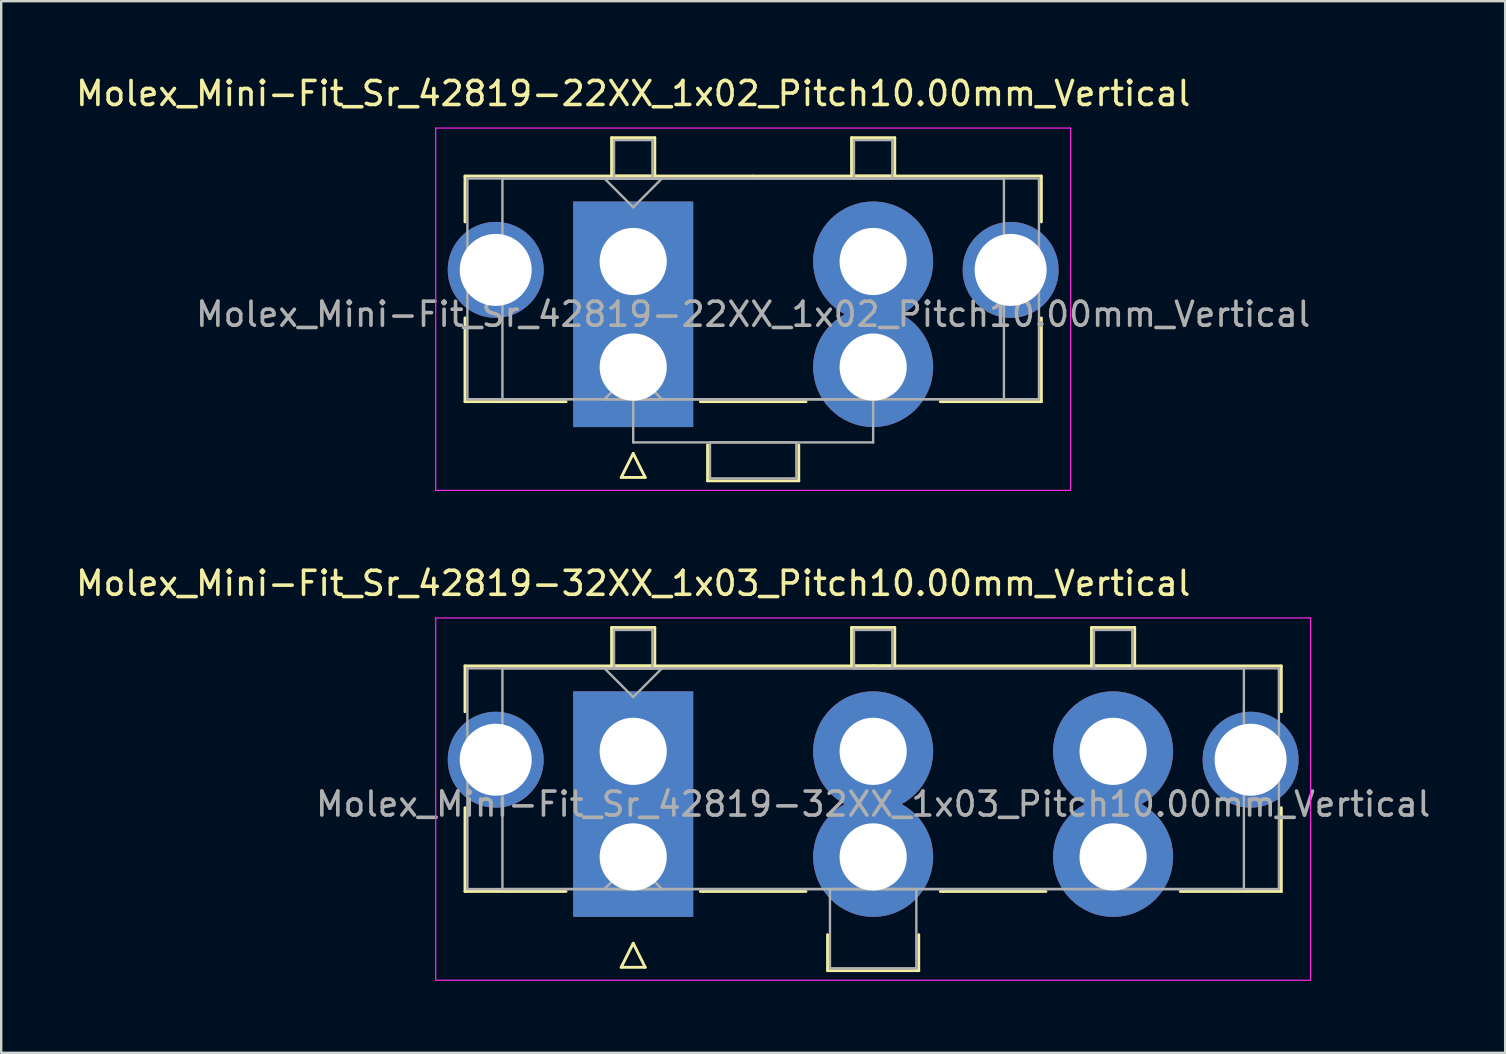
<source format=kicad_pcb>
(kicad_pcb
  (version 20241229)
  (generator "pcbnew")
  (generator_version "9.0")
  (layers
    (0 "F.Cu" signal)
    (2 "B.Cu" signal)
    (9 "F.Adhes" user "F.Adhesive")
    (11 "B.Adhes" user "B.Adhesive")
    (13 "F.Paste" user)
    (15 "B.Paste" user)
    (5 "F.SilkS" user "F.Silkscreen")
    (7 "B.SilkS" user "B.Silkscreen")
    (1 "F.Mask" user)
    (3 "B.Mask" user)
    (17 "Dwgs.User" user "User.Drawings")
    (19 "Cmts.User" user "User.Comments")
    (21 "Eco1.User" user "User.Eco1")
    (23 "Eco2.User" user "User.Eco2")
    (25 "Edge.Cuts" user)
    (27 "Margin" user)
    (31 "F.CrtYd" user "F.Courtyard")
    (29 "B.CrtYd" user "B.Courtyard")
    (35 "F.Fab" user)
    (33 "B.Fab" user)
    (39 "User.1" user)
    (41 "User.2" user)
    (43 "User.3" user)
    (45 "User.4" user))
  (footprint "Molex_Mini-Fit_Sr_42819-22XX_1x02_Pitch10.00mm_Vertical"
    (layer "F.Cu")
    (at 23.339 7.848)
    (property "Reference" "Molex_Mini-Fit_Sr_42819-22XX_1x02_Pitch10.00mm_Vertical" (at 0 -7 0) (layer "F.SilkS") (effects (font (size 1 1) (thickness 0.15))))
    (attr through_hole)
    (fp_line (start -7.01 -3.56) (end -7.01 -1.65) (stroke (width 0.12) (type solid)) (layer "F.SilkS"))
    (fp_line (start -7.01 2.35) (end -7.01 5.84) (stroke (width 0.12) (type solid)) (layer "F.SilkS"))
    (fp_line (start -7.01 5.84) (end -2.8 5.84) (stroke (width 0.12) (type solid)) (layer "F.SilkS"))
    (fp_line (start -0.9 -5.16) (end 0.9 -5.16) (stroke (width 0.12) (type solid)) (layer "F.SilkS"))
    (fp_line (start -0.9 -3.56) (end -0.9 -5.16) (stroke (width 0.12) (type solid)) (layer "F.SilkS"))
    (fp_line (start -0.5 9) (end 0 8) (stroke (width 0.12) (type solid)) (layer "F.SilkS"))
    (fp_line (start 0 8) (end 0.5 9) (stroke (width 0.12) (type solid)) (layer "F.SilkS"))
    (fp_line (start 0.5 9) (end -0.5 9) (stroke (width 0.12) (type solid)) (layer "F.SilkS"))
    (fp_line (start 0.9 -5.16) (end 0.9 -3.56) (stroke (width 0.12) (type solid)) (layer "F.SilkS"))
    (fp_line (start 0.9 -3.56) (end -0.9 -3.56) (stroke (width 0.12) (type solid)) (layer "F.SilkS"))
    (fp_line (start 2.8 5.84) (end 7.2 5.84) (stroke (width 0.12) (type solid)) (layer "F.SilkS"))
    (fp_line (start 3.1 7.64) (end 3.1 9.14) (stroke (width 0.12) (type solid)) (layer "F.SilkS"))
    (fp_line (start 3.1 9.14) (end 6.9 9.14) (stroke (width 0.12) (type solid)) (layer "F.SilkS"))
    (fp_line (start 5 -3.56) (end -7.01 -3.56) (stroke (width 0.12) (type solid)) (layer "F.SilkS"))
    (fp_line (start 5 -3.56) (end 17.01 -3.56) (stroke (width 0.12) (type solid)) (layer "F.SilkS"))
    (fp_line (start 6.9 9.14) (end 6.9 7.64) (stroke (width 0.12) (type solid)) (layer "F.SilkS"))
    (fp_line (start 9.1 -5.16) (end 10.9 -5.16) (stroke (width 0.12) (type solid)) (layer "F.SilkS"))
    (fp_line (start 9.1 -3.56) (end 9.1 -5.16) (stroke (width 0.12) (type solid)) (layer "F.SilkS"))
    (fp_line (start 10.9 -5.16) (end 10.9 -3.56) (stroke (width 0.12) (type solid)) (layer "F.SilkS"))
    (fp_line (start 10.9 -3.56) (end 9.1 -3.56) (stroke (width 0.12) (type solid)) (layer "F.SilkS"))
    (fp_line (start 17.01 -3.56) (end 17.01 -1.65) (stroke (width 0.12) (type solid)) (layer "F.SilkS"))
    (fp_line (start 17.01 2.35) (end 17.01 5.84) (stroke (width 0.12) (type solid)) (layer "F.SilkS"))
    (fp_line (start 17.01 5.84) (end 12.8 5.84) (stroke (width 0.12) (type solid)) (layer "F.SilkS"))
    (fp_line (start -8.23 -5.56) (end -8.23 9.54) (stroke (width 0.05) (type solid)) (layer "F.CrtYd"))
    (fp_line (start -8.23 9.54) (end 18.23 9.54) (stroke (width 0.05) (type solid)) (layer "F.CrtYd"))
    (fp_line (start 18.23 -5.56) (end -8.23 -5.56) (stroke (width 0.05) (type solid)) (layer "F.CrtYd"))
    (fp_line (start 18.23 9.54) (end 18.23 -5.56) (stroke (width 0.05) (type solid)) (layer "F.CrtYd"))
    (fp_line (start -6.91 -3.46) (end -6.91 5.74) (stroke (width 0.1) (type solid)) (layer "F.Fab"))
    (fp_line (start -6.91 5.74) (end 16.91 5.74) (stroke (width 0.1) (type solid)) (layer "F.Fab"))
    (fp_line (start -5.45 -3.46) (end -5.45 5.74) (stroke (width 0.1) (type solid)) (layer "F.Fab"))
    (fp_line (start -5.45 5.74) (end 15.45 5.74) (stroke (width 0.1) (type solid)) (layer "F.Fab"))
    (fp_line (start -1.2 -3.46) (end 0 -2.26) (stroke (width 0.1) (type solid)) (layer "F.Fab"))
    (fp_line (start -1.2 5.74) (end 0 4.54) (stroke (width 0.1) (type solid)) (layer "F.Fab"))
    (fp_line (start -0.8 -5.06) (end 0.8 -5.06) (stroke (width 0.1) (type solid)) (layer "F.Fab"))
    (fp_line (start -0.8 -3.46) (end -0.8 -5.06) (stroke (width 0.1) (type solid)) (layer "F.Fab"))
    (fp_line (start 0 -2.26) (end 1.2 -3.46) (stroke (width 0.1) (type solid)) (layer "F.Fab"))
    (fp_line (start 0 4.54) (end 1.2 5.74) (stroke (width 0.1) (type solid)) (layer "F.Fab"))
    (fp_line (start 0 5.74) (end 0 7.54) (stroke (width 0.1) (type solid)) (layer "F.Fab"))
    (fp_line (start 0 7.54) (end 10 7.54) (stroke (width 0.1) (type solid)) (layer "F.Fab"))
    (fp_line (start 0.8 -5.06) (end 0.8 -3.46) (stroke (width 0.1) (type solid)) (layer "F.Fab"))
    (fp_line (start 0.8 -3.46) (end -0.8 -3.46) (stroke (width 0.1) (type solid)) (layer "F.Fab"))
    (fp_line (start 1.2 -3.46) (end -1.2 -3.46) (stroke (width 0.1) (type solid)) (layer "F.Fab"))
    (fp_line (start 1.2 5.74) (end -1.2 5.74) (stroke (width 0.1) (type solid)) (layer "F.Fab"))
    (fp_line (start 3.2 7.54) (end 3.2 9.04) (stroke (width 0.1) (type solid)) (layer "F.Fab"))
    (fp_line (start 3.2 9.04) (end 6.8 9.04) (stroke (width 0.1) (type solid)) (layer "F.Fab"))
    (fp_line (start 6.8 7.54) (end 3.2 7.54) (stroke (width 0.1) (type solid)) (layer "F.Fab"))
    (fp_line (start 6.8 9.04) (end 6.8 7.54) (stroke (width 0.1) (type solid)) (layer "F.Fab"))
    (fp_line (start 9.2 -5.06) (end 10.8 -5.06) (stroke (width 0.1) (type solid)) (layer "F.Fab"))
    (fp_line (start 9.2 -3.46) (end 9.2 -5.06) (stroke (width 0.1) (type solid)) (layer "F.Fab"))
    (fp_line (start 10 5.74) (end 0 5.74) (stroke (width 0.1) (type solid)) (layer "F.Fab"))
    (fp_line (start 10 7.54) (end 10 5.74) (stroke (width 0.1) (type solid)) (layer "F.Fab"))
    (fp_line (start 10.8 -5.06) (end 10.8 -3.46) (stroke (width 0.1) (type solid)) (layer "F.Fab"))
    (fp_line (start 10.8 -3.46) (end 9.2 -3.46) (stroke (width 0.1) (type solid)) (layer "F.Fab"))
    (fp_line (start 15.45 -3.46) (end -5.45 -3.46) (stroke (width 0.1) (type solid)) (layer "F.Fab"))
    (fp_line (start 15.45 5.74) (end 15.45 -3.46) (stroke (width 0.1) (type solid)) (layer "F.Fab"))
    (fp_line (start 16.91 -3.46) (end -6.91 -3.46) (stroke (width 0.1) (type solid)) (layer "F.Fab"))
    (fp_line (start 16.91 5.74) (end 16.91 -3.46) (stroke (width 0.1) (type solid)) (layer "F.Fab"))
    (fp_text user "${REFERENCE}" (at 5 2.2 0) (layer "F.Fab") (effects (font (size 1 1) (thickness 0.15))))
    (pad "" thru_hole circle (at -5.73 0.35) (size 4 4) (drill 3) (layers "*.Cu" "*.Mask"))
    (pad "" thru_hole circle (at 15.73 0.35) (size 4 4) (drill 3) (layers "*.Cu" "*.Mask"))
    (pad "1" thru_hole rect (at 0 0) (size 5 5) (drill 2.8) (layers "*.Cu" "*.Mask"))
    (pad "1" thru_hole rect (at 0 4.4) (size 5 5) (drill 2.8) (layers "*.Cu" "*.Mask"))
    (pad "2" thru_hole circle (at 10 0) (size 5 5) (drill 2.8) (layers "*.Cu" "*.Mask"))
    (pad "2" thru_hole circle (at 10 4.4) (size 5 5) (drill 2.8) (layers "*.Cu" "*.Mask")))
  (footprint "Molex_Mini-Fit_Sr_42819-32XX_1x03_Pitch10.00mm_Vertical"
    (layer "F.Cu")
    (at 23.339 28.262)
    (property "Reference" "Molex_Mini-Fit_Sr_42819-32XX_1x03_Pitch10.00mm_Vertical" (at 0 -7 0) (layer "F.SilkS") (effects (font (size 1 1) (thickness 0.15))))
    (attr through_hole)
    (fp_line (start -7.01 -3.56) (end -7.01 -1.65) (stroke (width 0.12) (type solid)) (layer "F.SilkS"))
    (fp_line (start -7.01 2.35) (end -7.01 5.84) (stroke (width 0.12) (type solid)) (layer "F.SilkS"))
    (fp_line (start -7.01 5.84) (end -2.8 5.84) (stroke (width 0.12) (type solid)) (layer "F.SilkS"))
    (fp_line (start -0.9 -5.16) (end 0.9 -5.16) (stroke (width 0.12) (type solid)) (layer "F.SilkS"))
    (fp_line (start -0.9 -3.56) (end -0.9 -5.16) (stroke (width 0.12) (type solid)) (layer "F.SilkS"))
    (fp_line (start -0.5 9) (end 0 8) (stroke (width 0.12) (type solid)) (layer "F.SilkS"))
    (fp_line (start 0 8) (end 0.5 9) (stroke (width 0.12) (type solid)) (layer "F.SilkS"))
    (fp_line (start 0.5 9) (end -0.5 9) (stroke (width 0.12) (type solid)) (layer "F.SilkS"))
    (fp_line (start 0.9 -5.16) (end 0.9 -3.56) (stroke (width 0.12) (type solid)) (layer "F.SilkS"))
    (fp_line (start 0.9 -3.56) (end -0.9 -3.56) (stroke (width 0.12) (type solid)) (layer "F.SilkS"))
    (fp_line (start 2.8 5.84) (end 7.2 5.84) (stroke (width 0.12) (type solid)) (layer "F.SilkS"))
    (fp_line (start 8.1 7.64) (end 8.1 9.14) (stroke (width 0.12) (type solid)) (layer "F.SilkS"))
    (fp_line (start 8.1 9.14) (end 11.9 9.14) (stroke (width 0.12) (type solid)) (layer "F.SilkS"))
    (fp_line (start 9.1 -5.16) (end 10.9 -5.16) (stroke (width 0.12) (type solid)) (layer "F.SilkS"))
    (fp_line (start 9.1 -3.56) (end 9.1 -5.16) (stroke (width 0.12) (type solid)) (layer "F.SilkS"))
    (fp_line (start 10 -3.56) (end -7.01 -3.56) (stroke (width 0.12) (type solid)) (layer "F.SilkS"))
    (fp_line (start 10 -3.56) (end 27.01 -3.56) (stroke (width 0.12) (type solid)) (layer "F.SilkS"))
    (fp_line (start 10.9 -5.16) (end 10.9 -3.56) (stroke (width 0.12) (type solid)) (layer "F.SilkS"))
    (fp_line (start 10.9 -3.56) (end 9.1 -3.56) (stroke (width 0.12) (type solid)) (layer "F.SilkS"))
    (fp_line (start 11.9 9.14) (end 11.9 7.64) (stroke (width 0.12) (type solid)) (layer "F.SilkS"))
    (fp_line (start 12.8 5.84) (end 17.2 5.84) (stroke (width 0.12) (type solid)) (layer "F.SilkS"))
    (fp_line (start 19.1 -5.16) (end 20.9 -5.16) (stroke (width 0.12) (type solid)) (layer "F.SilkS"))
    (fp_line (start 19.1 -3.56) (end 19.1 -5.16) (stroke (width 0.12) (type solid)) (layer "F.SilkS"))
    (fp_line (start 20.9 -5.16) (end 20.9 -3.56) (stroke (width 0.12) (type solid)) (layer "F.SilkS"))
    (fp_line (start 20.9 -3.56) (end 19.1 -3.56) (stroke (width 0.12) (type solid)) (layer "F.SilkS"))
    (fp_line (start 27.01 -3.56) (end 27.01 -1.65) (stroke (width 0.12) (type solid)) (layer "F.SilkS"))
    (fp_line (start 27.01 2.35) (end 27.01 5.84) (stroke (width 0.12) (type solid)) (layer "F.SilkS"))
    (fp_line (start 27.01 5.84) (end 22.8 5.84) (stroke (width 0.12) (type solid)) (layer "F.SilkS"))
    (fp_line (start -8.23 -5.56) (end -8.23 9.54) (stroke (width 0.05) (type solid)) (layer "F.CrtYd"))
    (fp_line (start -8.23 9.54) (end 28.23 9.54) (stroke (width 0.05) (type solid)) (layer "F.CrtYd"))
    (fp_line (start 28.23 -5.56) (end -8.23 -5.56) (stroke (width 0.05) (type solid)) (layer "F.CrtYd"))
    (fp_line (start 28.23 9.54) (end 28.23 -5.56) (stroke (width 0.05) (type solid)) (layer "F.CrtYd"))
    (fp_line (start -6.91 -3.46) (end -6.91 5.74) (stroke (width 0.1) (type solid)) (layer "F.Fab"))
    (fp_line (start -6.91 5.74) (end 26.91 5.74) (stroke (width 0.1) (type solid)) (layer "F.Fab"))
    (fp_line (start -5.45 -3.46) (end -5.45 5.74) (stroke (width 0.1) (type solid)) (layer "F.Fab"))
    (fp_line (start -5.45 5.74) (end 25.45 5.74) (stroke (width 0.1) (type solid)) (layer "F.Fab"))
    (fp_line (start -1.2 -3.46) (end 0 -2.26) (stroke (width 0.1) (type solid)) (layer "F.Fab"))
    (fp_line (start -1.2 5.74) (end 0 4.54) (stroke (width 0.1) (type solid)) (layer "F.Fab"))
    (fp_line (start -0.8 -5.06) (end 0.8 -5.06) (stroke (width 0.1) (type solid)) (layer "F.Fab"))
    (fp_line (start -0.8 -3.46) (end -0.8 -5.06) (stroke (width 0.1) (type solid)) (layer "F.Fab"))
    (fp_line (start 0 -2.26) (end 1.2 -3.46) (stroke (width 0.1) (type solid)) (layer "F.Fab"))
    (fp_line (start 0 4.54) (end 1.2 5.74) (stroke (width 0.1) (type solid)) (layer "F.Fab"))
    (fp_line (start 0.8 -5.06) (end 0.8 -3.46) (stroke (width 0.1) (type solid)) (layer "F.Fab"))
    (fp_line (start 0.8 -3.46) (end -0.8 -3.46) (stroke (width 0.1) (type solid)) (layer "F.Fab"))
    (fp_line (start 1.2 -3.46) (end -1.2 -3.46) (stroke (width 0.1) (type solid)) (layer "F.Fab"))
    (fp_line (start 1.2 5.74) (end -1.2 5.74) (stroke (width 0.1) (type solid)) (layer "F.Fab"))
    (fp_line (start 8.2 5.74) (end 8.2 9.04) (stroke (width 0.1) (type solid)) (layer "F.Fab"))
    (fp_line (start 8.2 9.04) (end 11.8 9.04) (stroke (width 0.1) (type solid)) (layer "F.Fab"))
    (fp_line (start 9.2 -5.06) (end 10.8 -5.06) (stroke (width 0.1) (type solid)) (layer "F.Fab"))
    (fp_line (start 9.2 -3.46) (end 9.2 -5.06) (stroke (width 0.1) (type solid)) (layer "F.Fab"))
    (fp_line (start 10.8 -5.06) (end 10.8 -3.46) (stroke (width 0.1) (type solid)) (layer "F.Fab"))
    (fp_line (start 10.8 -3.46) (end 9.2 -3.46) (stroke (width 0.1) (type solid)) (layer "F.Fab"))
    (fp_line (start 11.8 5.74) (end 8.2 5.74) (stroke (width 0.1) (type solid)) (layer "F.Fab"))
    (fp_line (start 11.8 9.04) (end 11.8 5.74) (stroke (width 0.1) (type solid)) (layer "F.Fab"))
    (fp_line (start 19.2 -5.06) (end 20.8 -5.06) (stroke (width 0.1) (type solid)) (layer "F.Fab"))
    (fp_line (start 19.2 -3.46) (end 19.2 -5.06) (stroke (width 0.1) (type solid)) (layer "F.Fab"))
    (fp_line (start 20.8 -5.06) (end 20.8 -3.46) (stroke (width 0.1) (type solid)) (layer "F.Fab"))
    (fp_line (start 20.8 -3.46) (end 19.2 -3.46) (stroke (width 0.1) (type solid)) (layer "F.Fab"))
    (fp_line (start 25.45 -3.46) (end -5.45 -3.46) (stroke (width 0.1) (type solid)) (layer "F.Fab"))
    (fp_line (start 25.45 5.74) (end 25.45 -3.46) (stroke (width 0.1) (type solid)) (layer "F.Fab"))
    (fp_line (start 26.91 -3.46) (end -6.91 -3.46) (stroke (width 0.1) (type solid)) (layer "F.Fab"))
    (fp_line (start 26.91 5.74) (end 26.91 -3.46) (stroke (width 0.1) (type solid)) (layer "F.Fab"))
    (fp_text user "${REFERENCE}" (at 10 2.2 0) (layer "F.Fab") (effects (font (size 1 1) (thickness 0.15))))
    (pad "" thru_hole circle (at -5.73 0.35) (size 4 4) (drill 3) (layers "*.Cu" "*.Mask"))
    (pad "" thru_hole circle (at 25.73 0.35) (size 4 4) (drill 3) (layers "*.Cu" "*.Mask"))
    (pad "1" thru_hole rect (at 0 0) (size 5 5) (drill 2.8) (layers "*.Cu" "*.Mask"))
    (pad "1" thru_hole rect (at 0 4.4) (size 5 5) (drill 2.8) (layers "*.Cu" "*.Mask"))
    (pad "2" thru_hole circle (at 10 0) (size 5 5) (drill 2.8) (layers "*.Cu" "*.Mask"))
    (pad "2" thru_hole circle (at 10 4.4) (size 5 5) (drill 2.8) (layers "*.Cu" "*.Mask"))
    (pad "3" thru_hole circle (at 20 0) (size 5 5) (drill 2.8) (layers "*.Cu" "*.Mask"))
    (pad "3" thru_hole circle (at 20 4.4) (size 5 5) (drill 2.8) (layers "*.Cu" "*.Mask")))
  (gr_rect
    (start -3 -3)
    (end 59.679 40.827)
    (stroke (width 0.1) (type default))
    (fill no)
    (layer "Edge.Cuts")))
</source>
